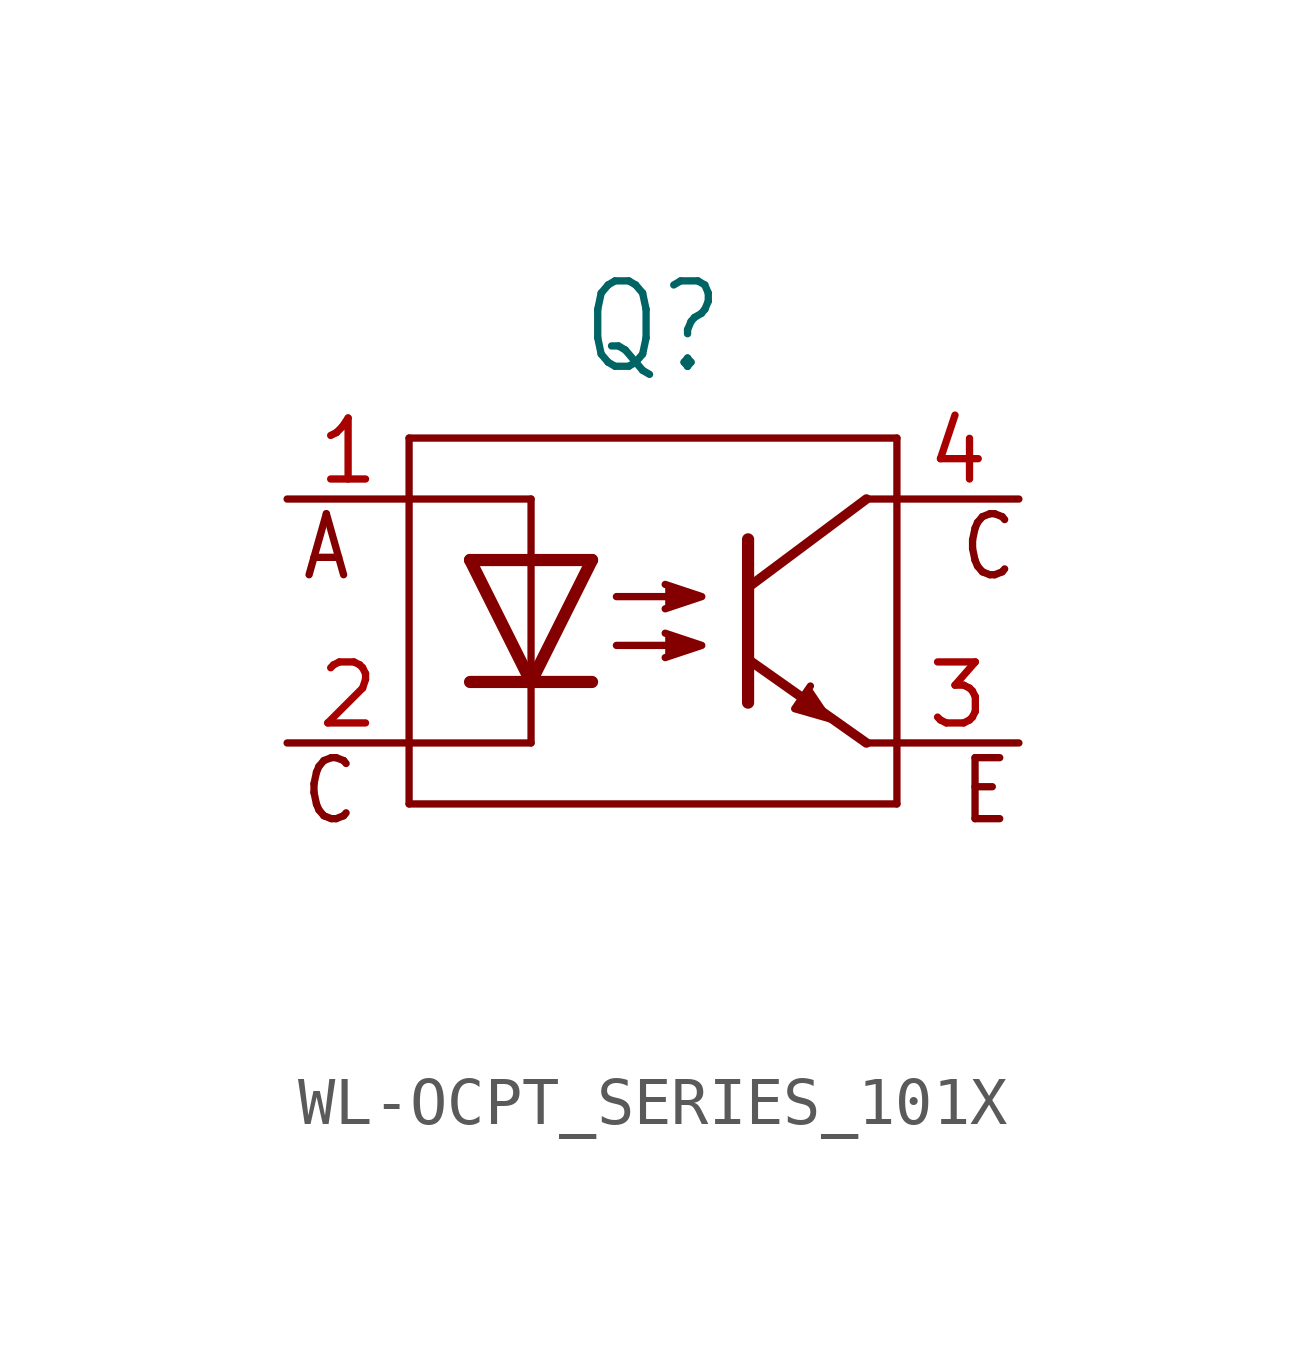
<source format=kicad_sym>
(kicad_symbol_lib
  (version 20231120)
  (generator "kicad_symbol_editor")
  (generator_version "8.0")
  (symbol "WL-OCPT_SERIES_101X"
    (property "Reference" "Q"
      (at 0 5.08 0)
      (effects (font (size 1.778 1.511)) (justify bottom)))
    (property "Value" ""
      (at -5.08 -7.62 0)
      (effects (font (size 1.778 1.511)) (justify left bottom)))
    (property "ki_locked" ""
      (at 0 0 0)
      (effects (font (size 1.27 1.27))))
    (symbol "WL-OCPT_SERIES_101X_1_0"
      (polyline (pts (xy -5.08 -3.81) (xy 5.08 -3.81)) (stroke (width 0.152) (type solid)) (fill (type none)))
      (polyline (pts (xy -5.08 3.81) (xy -5.08 -3.81)) (stroke (width 0.152) (type solid)) (fill (type none)))
      (polyline (pts (xy -5.08 3.81) (xy 5.08 3.81)) (stroke (width 0.152) (type solid)) (fill (type none)))
      (polyline (pts (xy -2.54 -2.54) (xy -5.08 -2.54)) (stroke (width 0.152) (type solid)) (fill (type none)))
      (polyline (pts (xy -2.54 -1.27) (xy -3.81 -1.27)) (stroke (width 0.254) (type solid)) (fill (type none)))
      (polyline (pts (xy -2.54 -1.27) (xy -3.81 1.27)) (stroke (width 0.254) (type solid)) (fill (type none)))
      (polyline (pts (xy -2.54 -1.27) (xy -2.54 -2.54)) (stroke (width 0.152) (type solid)) (fill (type none)))
      (polyline (pts (xy -2.54 1.27) (xy -3.81 1.27)) (stroke (width 0.254) (type solid)) (fill (type none)))
      (polyline (pts (xy -2.54 1.27) (xy -2.54 -1.27)) (stroke (width 0.152) (type solid)) (fill (type none)))
      (polyline (pts (xy -2.54 1.27) (xy -2.54 2.54)) (stroke (width 0.152) (type solid)) (fill (type none)))
      (polyline (pts (xy -2.54 2.54) (xy -5.08 2.54)) (stroke (width 0.152) (type solid)) (fill (type none)))
      (polyline (pts (xy -1.27 -1.27) (xy -2.54 -1.27)) (stroke (width 0.254) (type solid)) (fill (type none)))
      (polyline (pts (xy -1.27 1.27) (xy -2.54 -1.27)) (stroke (width 0.254) (type solid)) (fill (type none)))
      (polyline (pts (xy -1.27 1.27) (xy -2.54 1.27)) (stroke (width 0.254) (type solid)) (fill (type none)))
      (polyline (pts (xy -0.762 -0.508) (xy 0.508 -0.508)) (stroke (width 0.152) (type solid)) (fill (type none)))
      (polyline (pts (xy -0.762 0.508) (xy 0.508 0.508)) (stroke (width 0.152) (type solid)) (fill (type none)))
      (polyline (pts (xy 1.98 -0.8) (xy 1.98 -1.7)) (stroke (width 0.254) (type solid)) (fill (type none)))
      (polyline (pts (xy 1.98 -0.8) (xy 4.445 -2.54)) (stroke (width 0.2) (type solid)) (fill (type none)))
      (polyline (pts (xy 1.98 0.7) (xy 1.98 -0.8)) (stroke (width 0.254) (type solid)) (fill (type none)))
      (polyline (pts (xy 1.98 0.7) (xy 4.445 2.54)) (stroke (width 0.2) (type solid)) (fill (type none)))
      (polyline (pts (xy 1.98 1.7) (xy 1.98 0.7)) (stroke (width 0.254) (type solid)) (fill (type none)))
      (polyline (pts (xy 4.445 -2.54) (xy 5.08 -2.54)) (stroke (width 0.152) (type solid)) (fill (type none)))
      (polyline (pts (xy 4.445 2.54) (xy 5.08 2.54)) (stroke (width 0.152) (type solid)) (fill (type none)))
      (polyline (pts (xy 5.08 -3.81) (xy 5.08 3.81)) (stroke (width 0.152) (type solid)) (fill (type none)))
      (polyline (pts (xy 0.254 -0.254) (xy 1.016 -0.508) (xy 0.254 -0.762)) (stroke (width 0.152) (type solid)) (fill (type outline)))
      (polyline (pts (xy 0.254 0.762) (xy 1.016 0.508) (xy 0.254 0.254)) (stroke (width 0.152) (type solid)) (fill (type outline)))
      (polyline (pts (xy 3.278 -1.354) (xy 2.951 -1.827) (xy 3.749 -2.056)) (stroke (width 0.152) (type solid)) (fill (type outline)))
      (text "A" (at -7.366 2.286 0) (effects (font (size 1.27 1.079)) (justify left top)))
      (text "C" (at -7.366 -2.794 0) (effects (font (size 1.27 1.079)) (justify left top)))
      (text "C" (at 6.35 2.286 0) (effects (font (size 1.27 1.079)) (justify left top)))
      (text "E" (at 6.35 -2.794 0) (effects (font (size 1.27 1.079)) (justify left top)))
      (pin passive line (at -7.62 2.54 0) (length 2.54) (name "1" (effects (font (size 0 0)))) (number "1" (effects (font (size 1.27 1.27)))))
      (pin passive line (at -7.62 -2.54 0) (length 2.54) (name "2" (effects (font (size 0 0)))) (number "2" (effects (font (size 1.27 1.27)))))
      (pin passive line (at 7.62 -2.54 180) (length 2.54) (name "3" (effects (font (size 0 0)))) (number "3" (effects (font (size 1.27 1.27)))))
      (pin passive line (at 7.62 2.54 180) (length 2.54) (name "4" (effects (font (size 0 0)))) (number "4" (effects (font (size 1.27 1.27))))))))
</source>
